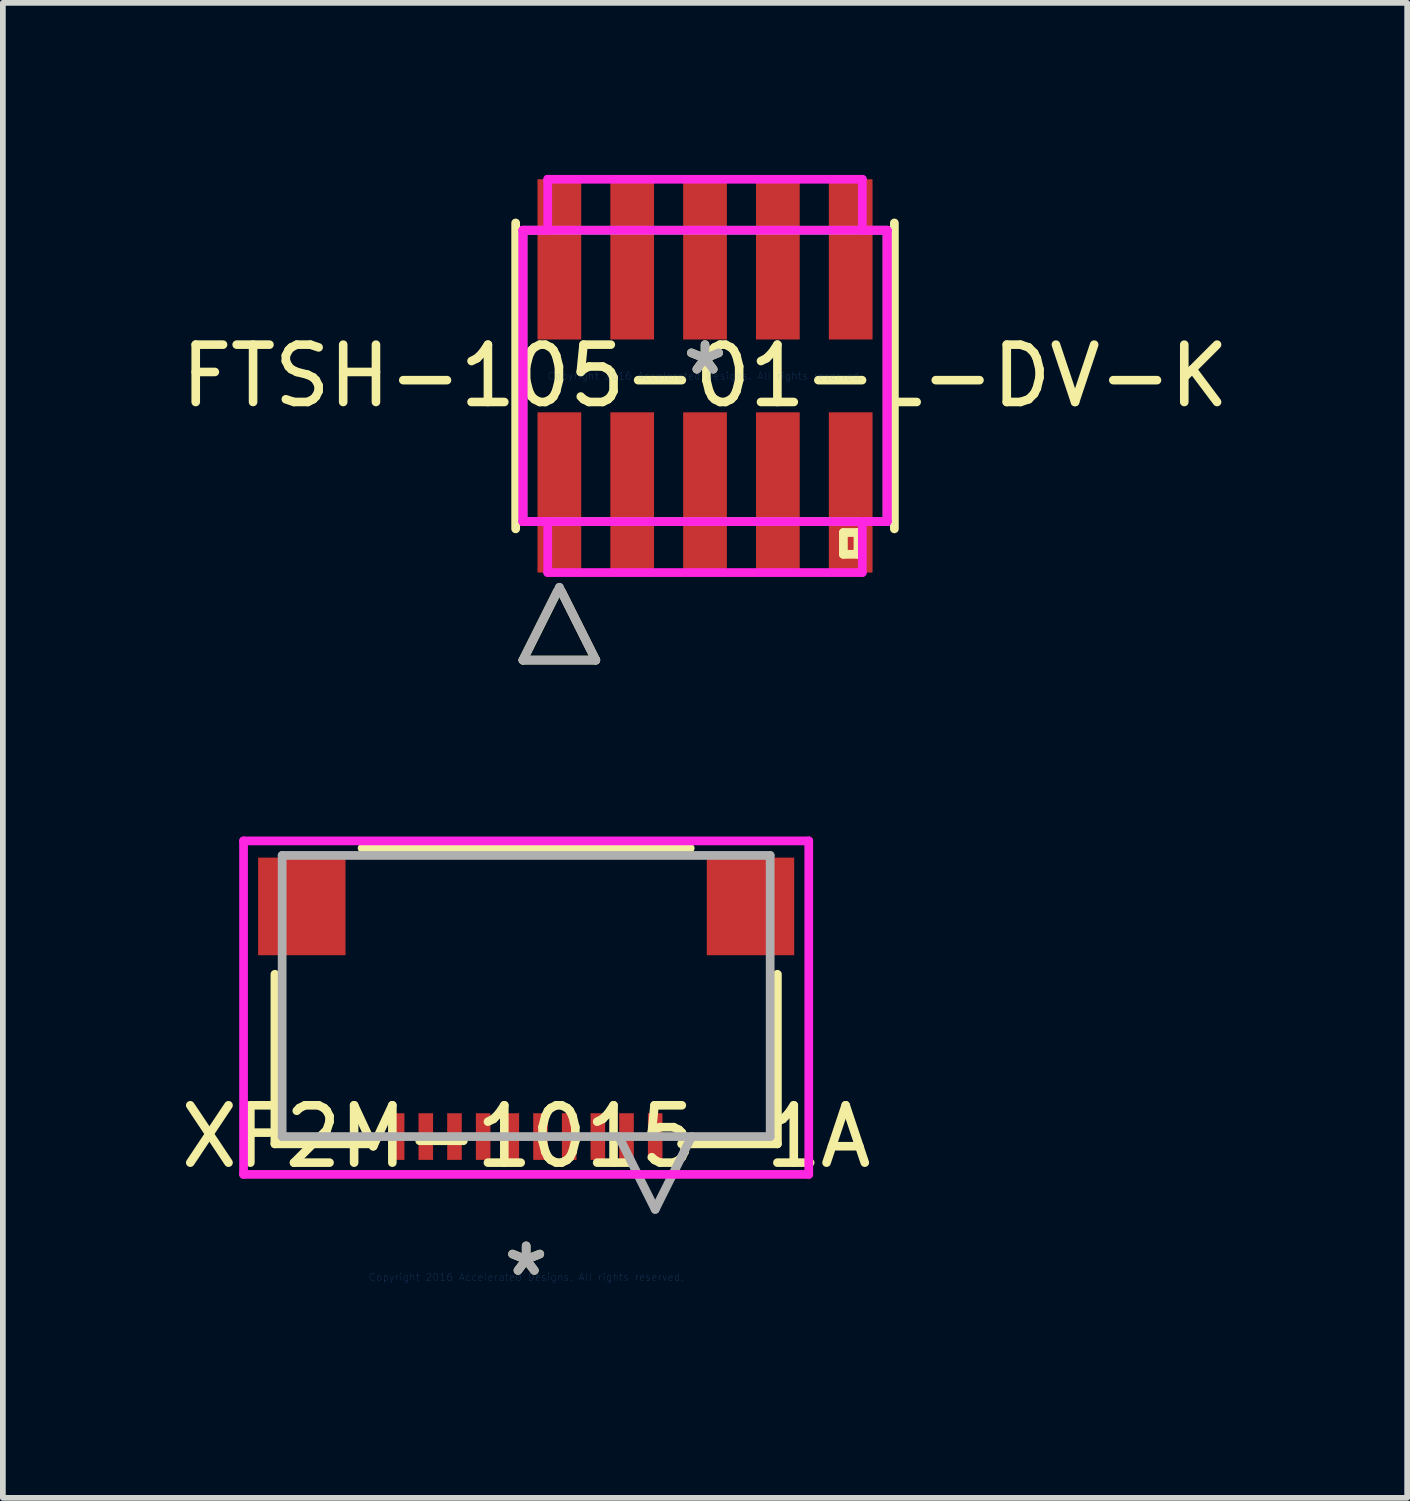
<source format=kicad_pcb>
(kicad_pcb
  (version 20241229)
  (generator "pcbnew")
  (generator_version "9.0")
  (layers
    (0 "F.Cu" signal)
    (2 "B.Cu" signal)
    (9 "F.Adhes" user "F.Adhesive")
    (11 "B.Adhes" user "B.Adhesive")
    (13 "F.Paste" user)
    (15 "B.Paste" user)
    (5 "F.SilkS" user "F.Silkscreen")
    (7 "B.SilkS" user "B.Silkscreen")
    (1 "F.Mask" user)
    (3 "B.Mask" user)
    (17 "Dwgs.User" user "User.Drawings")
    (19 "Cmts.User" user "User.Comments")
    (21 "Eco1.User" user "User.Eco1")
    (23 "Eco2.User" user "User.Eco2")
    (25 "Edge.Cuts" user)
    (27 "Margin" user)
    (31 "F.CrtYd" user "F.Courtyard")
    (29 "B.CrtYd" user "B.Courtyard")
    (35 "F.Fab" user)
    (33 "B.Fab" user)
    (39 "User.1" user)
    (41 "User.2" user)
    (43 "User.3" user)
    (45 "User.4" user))
  (footprint "FTSH-105-01-L-DV-K"
    (layer "F.Cu")
    (at 9.244 3.505)
    (property "Reference" "FTSH-105-01-L-DV-K" (at 0 0 0) (layer "F.SilkS") (effects (font (size 1 1) (thickness 0.15))))
    (attr through_hole)
    (fp_line (start -3.302 -2.667) (end -3.302 2.667) (stroke (width 0.152) (type solid)) (layer "F.SilkS"))
    (fp_line (start -3.175 4.956) (end -2.578 3.762) (stroke (width 0.152) (type solid)) (layer "F.SilkS"))
    (fp_line (start -2.502 3.762) (end -1.905 4.956) (stroke (width 0.152) (type solid)) (layer "F.SilkS"))
    (fp_line (start -1.905 4.956) (end -3.175 4.956) (stroke (width 0.152) (type solid)) (layer "F.SilkS"))
    (fp_line (start 2.413 2.731) (end 2.413 3.111) (stroke (width 0.152) (type solid)) (layer "F.SilkS"))
    (fp_line (start 2.413 3.111) (end 2.667 3.111) (stroke (width 0.152) (type solid)) (layer "F.SilkS"))
    (fp_line (start 2.667 2.731) (end 2.413 2.731) (stroke (width 0.152) (type solid)) (layer "F.SilkS"))
    (fp_line (start 2.667 3.111) (end 2.667 2.731) (stroke (width 0.152) (type solid)) (layer "F.SilkS"))
    (fp_line (start 3.302 2.667) (end 3.302 -2.667) (stroke (width 0.152) (type solid)) (layer "F.SilkS"))
    (fp_line (start -3.175 -2.54) (end -2.743 -2.54) (stroke (width 0.152) (type solid)) (layer "F.CrtYd"))
    (fp_line (start -3.175 -2.54) (end 3.175 -2.54) (stroke (width 0.152) (type solid)) (layer "F.CrtYd"))
    (fp_line (start -3.175 2.54) (end -3.175 -2.54) (stroke (width 0.152) (type solid)) (layer "F.CrtYd"))
    (fp_line (start -3.175 2.54) (end -3.175 -2.54) (stroke (width 0.152) (type solid)) (layer "F.CrtYd"))
    (fp_line (start -2.743 -3.429) (end 2.743 -3.429) (stroke (width 0.152) (type solid)) (layer "F.CrtYd"))
    (fp_line (start -2.743 -2.54) (end -2.743 -3.429) (stroke (width 0.152) (type solid)) (layer "F.CrtYd"))
    (fp_line (start -2.743 2.54) (end -3.175 2.54) (stroke (width 0.152) (type solid)) (layer "F.CrtYd"))
    (fp_line (start -2.743 3.429) (end -2.743 2.54) (stroke (width 0.152) (type solid)) (layer "F.CrtYd"))
    (fp_line (start 2.743 -3.429) (end 2.743 -2.54) (stroke (width 0.152) (type solid)) (layer "F.CrtYd"))
    (fp_line (start 2.743 -2.54) (end 3.175 -2.54) (stroke (width 0.152) (type solid)) (layer "F.CrtYd"))
    (fp_line (start 2.743 2.54) (end 2.743 3.429) (stroke (width 0.152) (type solid)) (layer "F.CrtYd"))
    (fp_line (start 2.743 3.429) (end -2.743 3.429) (stroke (width 0.152) (type solid)) (layer "F.CrtYd"))
    (fp_line (start 3.175 -2.54) (end 3.175 2.54) (stroke (width 0.152) (type solid)) (layer "F.CrtYd"))
    (fp_line (start 3.175 -2.54) (end 3.175 2.54) (stroke (width 0.152) (type solid)) (layer "F.CrtYd"))
    (fp_line (start 3.175 2.54) (end -3.175 2.54) (stroke (width 0.152) (type solid)) (layer "F.CrtYd"))
    (fp_line (start 3.175 2.54) (end 2.743 2.54) (stroke (width 0.152) (type solid)) (layer "F.CrtYd"))
    (fp_line (start -3.175 -2.54) (end -3.175 2.54) (stroke (width 0.152) (type solid)) (layer "F.Fab"))
    (fp_line (start -3.175 2.54) (end 3.175 2.54) (stroke (width 0.152) (type solid)) (layer "F.Fab"))
    (fp_line (start -3.175 4.956) (end -2.54 3.686) (stroke (width 0.152) (type solid)) (layer "F.Fab"))
    (fp_line (start -2.54 3.686) (end -1.905 4.956) (stroke (width 0.152) (type solid)) (layer "F.Fab"))
    (fp_line (start -1.905 4.956) (end -3.175 4.956) (stroke (width 0.152) (type solid)) (layer "F.Fab"))
    (fp_line (start 3.175 -2.54) (end -3.175 -2.54) (stroke (width 0.152) (type solid)) (layer "F.Fab"))
    (fp_line (start 3.175 2.54) (end 3.175 -2.54) (stroke (width 0.152) (type solid)) (layer "F.Fab"))
    (fp_text user "*" (at 0 0 0) (layer "F.SilkS") (effects (font (size 1 1) (thickness 0.15))))
    (fp_text user "Copyright 2016 Accelerated Designs. All rights reserved." (at 0 0 0) (layer "Cmts.User") (effects (font (size 0.127 0.127) (thickness 0.002))))
    (fp_text user "*" (at 0 0 0) (layer "F.Fab") (effects (font (size 1 1) (thickness 0.15))))
    (pad "1" smd rect (at -2.54 2.032) (size 0.762 2.794) (layers "F.Cu" "F.Mask" "F.Paste"))
    (pad "2" smd rect (at -2.54 -2.032) (size 0.762 2.794) (layers "F.Cu" "F.Mask" "F.Paste"))
    (pad "3" smd rect (at -1.27 2.032) (size 0.762 2.794) (layers "F.Cu" "F.Mask" "F.Paste"))
    (pad "4" smd rect (at -1.27 -2.032) (size 0.762 2.794) (layers "F.Cu" "F.Mask" "F.Paste"))
    (pad "5" smd rect (at 0 2.032) (size 0.762 2.794) (layers "F.Cu" "F.Mask" "F.Paste"))
    (pad "6" smd rect (at 0 -2.032) (size 0.762 2.794) (layers "F.Cu" "F.Mask" "F.Paste"))
    (pad "7" smd rect (at 1.27 2.032) (size 0.762 2.794) (layers "F.Cu" "F.Mask" "F.Paste"))
    (pad "8" smd rect (at 1.27 -2.032) (size 0.762 2.794) (layers "F.Cu" "F.Mask" "F.Paste"))
    (pad "9" smd rect (at 2.54 2.032) (size 0.762 2.794) (layers "F.Cu" "F.Mask" "F.Paste"))
    (pad "10" smd rect (at 2.54 -2.032) (size 0.762 2.794) (layers "F.Cu" "F.Mask" "F.Paste")))
  (footprint "XF2M-1015-1A"
    (layer "F.Cu")
    (at 6.125 19.22)
    (property "Reference" "XF2M-1015-1A" (at 0 -2.451 0) (layer "F.SilkS") (effects (font (size 1 1) (thickness 0.15))))
    (attr through_hole)
    (fp_line (start -4.381 -5.281) (end -4.381 -2.324) (stroke (width 0.152) (type solid)) (layer "F.SilkS"))
    (fp_line (start -4.381 -2.324) (end -2.71 -2.324) (stroke (width 0.152) (type solid)) (layer "F.SilkS"))
    (fp_line (start 2.71 -2.324) (end 4.381 -2.324) (stroke (width 0.152) (type solid)) (layer "F.SilkS"))
    (fp_line (start 2.861 -7.48) (end -2.861 -7.48) (stroke (width 0.152) (type solid)) (layer "F.SilkS"))
    (fp_line (start 4.381 -2.324) (end 4.381 -5.281) (stroke (width 0.152) (type solid)) (layer "F.SilkS"))
    (fp_line (start -4.928 -7.607) (end -4.928 -1.791) (stroke (width 0.152) (type solid)) (layer "F.CrtYd"))
    (fp_line (start -4.928 -1.791) (end 4.928 -1.791) (stroke (width 0.152) (type solid)) (layer "F.CrtYd"))
    (fp_line (start 4.928 -7.607) (end -4.928 -7.607) (stroke (width 0.152) (type solid)) (layer "F.CrtYd"))
    (fp_line (start 4.928 -1.791) (end 4.928 -7.607) (stroke (width 0.152) (type solid)) (layer "F.CrtYd"))
    (fp_line (start -4.255 -7.353) (end -4.255 -2.451) (stroke (width 0.152) (type solid)) (layer "F.Fab"))
    (fp_line (start -4.255 -2.451) (end 4.255 -2.451) (stroke (width 0.152) (type solid)) (layer "F.Fab"))
    (fp_line (start 1.615 -2.451) (end 2.25 -1.181) (stroke (width 0.152) (type solid)) (layer "F.Fab"))
    (fp_line (start 2.885 -2.451) (end 2.25 -1.181) (stroke (width 0.152) (type solid)) (layer "F.Fab"))
    (fp_line (start 4.255 -7.353) (end -4.255 -7.353) (stroke (width 0.152) (type solid)) (layer "F.Fab"))
    (fp_line (start 4.255 -2.451) (end 4.255 -7.353) (stroke (width 0.152) (type solid)) (layer "F.Fab"))
    (fp_text user "*" (at 0 0 0) (layer "F.SilkS") (effects (font (size 1 1) (thickness 0.15))))
    (fp_text user "Copyright 2016 Accelerated Designs. All rights reserved." (at 0 0 0) (layer "Cmts.User") (effects (font (size 0.127 0.127) (thickness 0.002))))
    (fp_text user "*" (at 0 0 0) (layer "F.Fab") (effects (font (size 1 1) (thickness 0.15))))
    (pad "1" smd rect (at 2.25 -2.451 90) (size 0.813 0.254) (layers "F.Cu" "F.Mask" "F.Paste"))
    (pad "2" smd rect (at 1.75 -2.451 90) (size 0.813 0.254) (layers "F.Cu" "F.Mask" "F.Paste"))
    (pad "3" smd rect (at 1.25 -2.451 90) (size 0.813 0.254) (layers "F.Cu" "F.Mask" "F.Paste"))
    (pad "4" smd rect (at 0.75 -2.451 90) (size 0.813 0.254) (layers "F.Cu" "F.Mask" "F.Paste"))
    (pad "5" smd rect (at 0.25 -2.451 90) (size 0.813 0.254) (layers "F.Cu" "F.Mask" "F.Paste"))
    (pad "6" smd rect (at -0.25 -2.451 90) (size 0.813 0.254) (layers "F.Cu" "F.Mask" "F.Paste"))
    (pad "7" smd rect (at -0.75 -2.451 90) (size 0.813 0.254) (layers "F.Cu" "F.Mask" "F.Paste"))
    (pad "8" smd rect (at -1.25 -2.451 90) (size 0.813 0.254) (layers "F.Cu" "F.Mask" "F.Paste"))
    (pad "9" smd rect (at -1.75 -2.451 90) (size 0.813 0.254) (layers "F.Cu" "F.Mask" "F.Paste"))
    (pad "10" smd rect (at -2.25 -2.451 90) (size 0.813 0.254) (layers "F.Cu" "F.Mask" "F.Paste"))
    (pad "11" smd rect (at -3.912 -6.464) (size 1.524 1.702) (layers "F.Cu" "F.Mask" "F.Paste"))
    (pad "12" smd rect (at 3.912 -6.464) (size 1.524 1.702) (layers "F.Cu" "F.Mask" "F.Paste")))
  (gr_rect
    (start -3 -3)
    (end 21.488 23.069)
    (stroke (width 0.1) (type default))
    (fill no)
    (layer "Edge.Cuts")))
</source>
